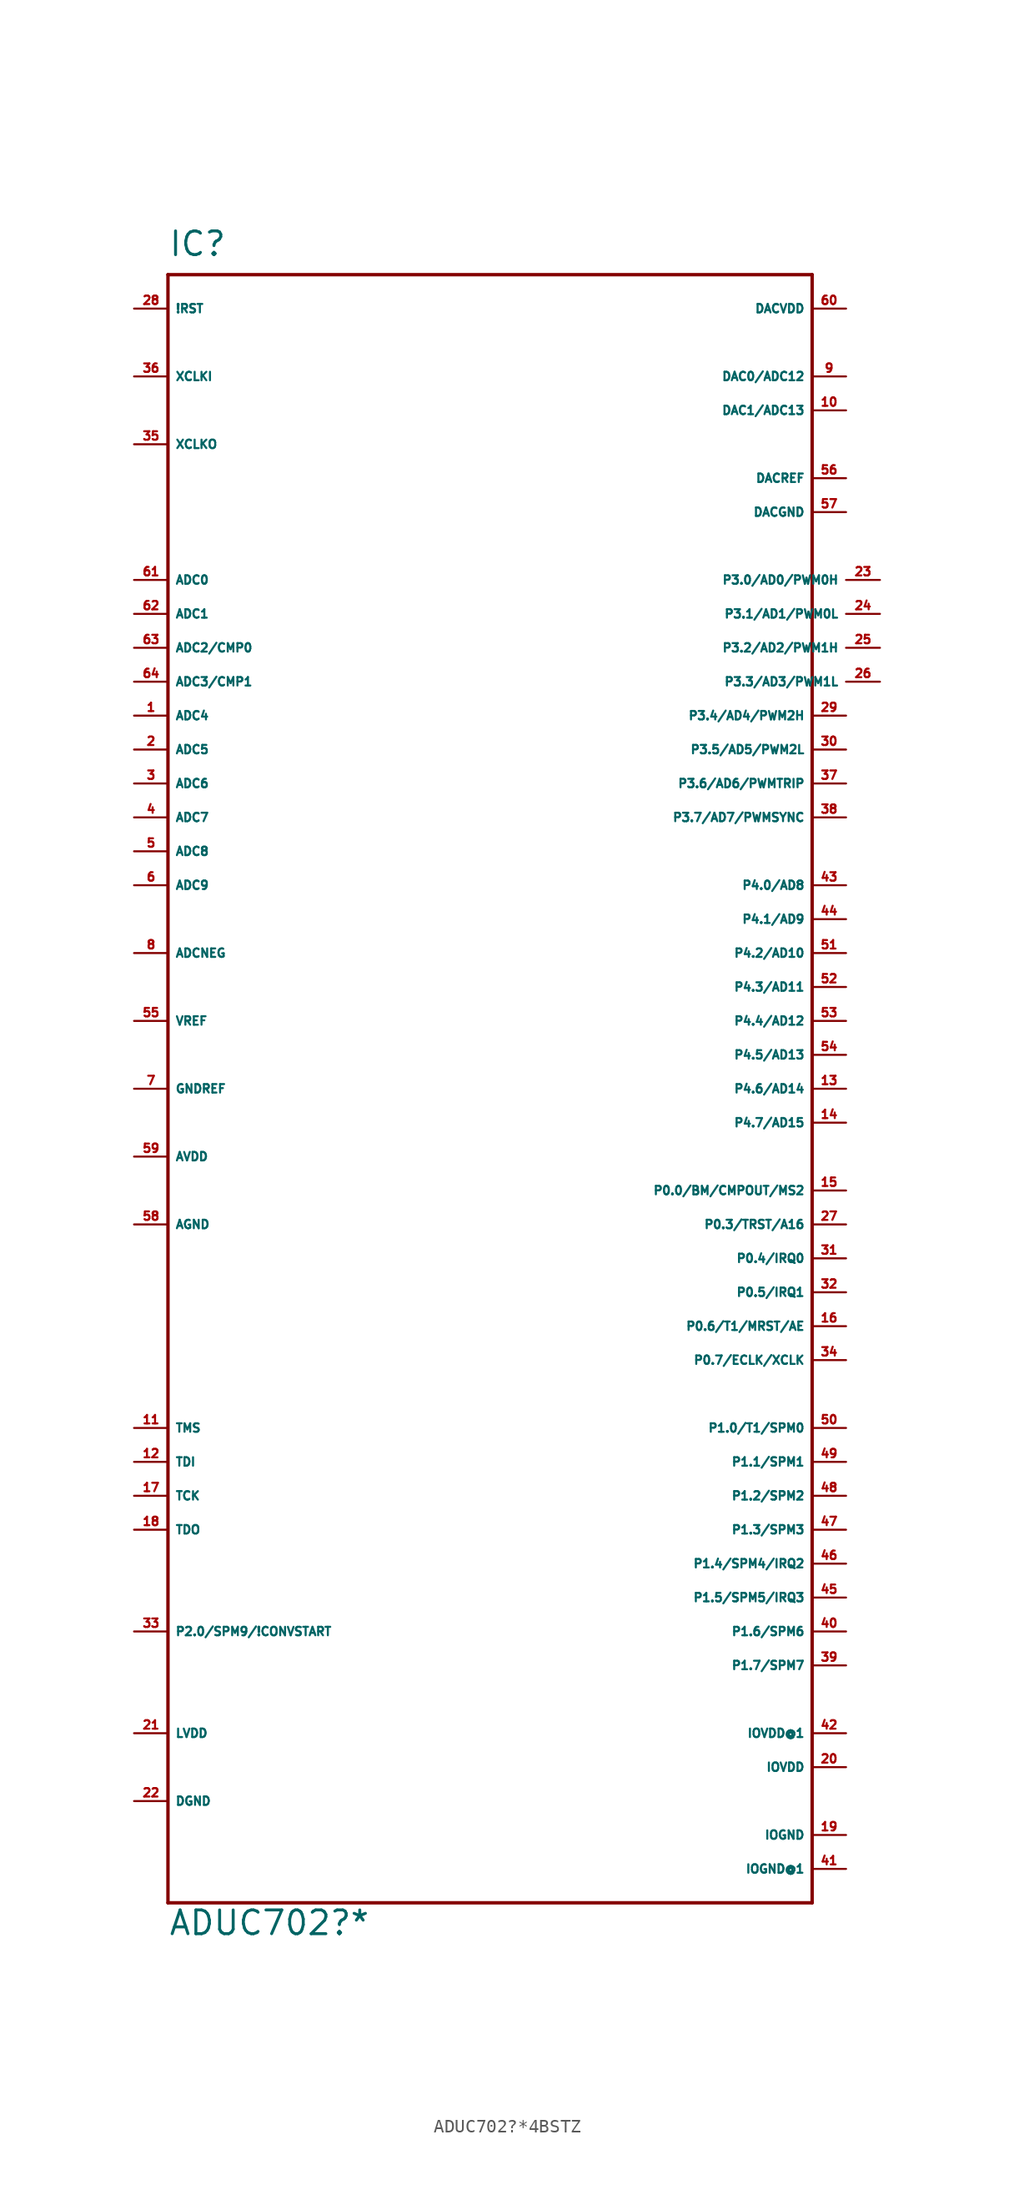
<source format=kicad_sym>
(kicad_symbol_lib
  (version 20220914)
  (generator Eagle2Kicad)
  (symbol "ADUC702?*4BSTZ"
    (property "Reference" "IC"
      (at -22.86 59.69 0)
      (effects (font (size 1.778 1.778) (thickness 0.22)) (justify left bottom)))
    (property "Value" "ADUC702?*"
      (at -22.86 -66.04 0)
      (effects (font (size 1.778 1.778) (thickness 0.22)) (justify left bottom)))
    (polyline
      (pts (xy -22.86 58.42) (xy 25.4 58.42))
      (stroke (width 0.254) (type default))
      (fill (type none)))
    (polyline
      (pts (xy 25.4 58.42) (xy 25.4 -63.5))
      (stroke (width 0.254) (type default))
      (fill (type none)))
    (polyline
      (pts (xy 25.4 -63.5) (xy -22.86 -63.5))
      (stroke (width 0.254) (type default))
      (fill (type none)))
    (polyline
      (pts (xy -22.86 -63.5) (xy -22.86 58.42))
      (stroke (width 0.254) (type default))
      (fill (type none)))
    (pin input line
      (at -25.4 35.56 0)
      (length 2.54)
      (name "ADC0" (effects (font (size 0.635 0.635) (thickness 0.08)) (justify left bottom)))
      (number "61" (effects (font (size 0.635 0.635) (thickness 0.08)) (justify left bottom))))
    (pin input line
      (at -25.4 33.02 0)
      (length 2.54)
      (name "ADC1" (effects (font (size 0.635 0.635) (thickness 0.08)) (justify left bottom)))
      (number "62" (effects (font (size 0.635 0.635) (thickness 0.08)) (justify left bottom))))
    (pin input line
      (at -25.4 30.48 0)
      (length 2.54)
      (name "ADC2/CMP0" (effects (font (size 0.635 0.635) (thickness 0.08)) (justify left bottom)))
      (number "63" (effects (font (size 0.635 0.635) (thickness 0.08)) (justify left bottom))))
    (pin input line
      (at -25.4 27.94 0)
      (length 2.54)
      (name "ADC3/CMP1" (effects (font (size 0.635 0.635) (thickness 0.08)) (justify left bottom)))
      (number "64" (effects (font (size 0.635 0.635) (thickness 0.08)) (justify left bottom))))
    (pin input line
      (at -25.4 25.4 0)
      (length 2.54)
      (name "ADC4" (effects (font (size 0.635 0.635) (thickness 0.08)) (justify left bottom)))
      (number "1" (effects (font (size 0.635 0.635) (thickness 0.08)) (justify left bottom))))
    (pin input line
      (at -25.4 22.86 0)
      (length 2.54)
      (name "ADC5" (effects (font (size 0.635 0.635) (thickness 0.08)) (justify left bottom)))
      (number "2" (effects (font (size 0.635 0.635) (thickness 0.08)) (justify left bottom))))
    (pin input line
      (at -25.4 20.32 0)
      (length 2.54)
      (name "ADC6" (effects (font (size 0.635 0.635) (thickness 0.08)) (justify left bottom)))
      (number "3" (effects (font (size 0.635 0.635) (thickness 0.08)) (justify left bottom))))
    (pin input line
      (at -25.4 17.78 0)
      (length 2.54)
      (name "ADC7" (effects (font (size 0.635 0.635) (thickness 0.08)) (justify left bottom)))
      (number "4" (effects (font (size 0.635 0.635) (thickness 0.08)) (justify left bottom))))
    (pin input line
      (at -25.4 15.24 0)
      (length 2.54)
      (name "ADC8" (effects (font (size 0.635 0.635) (thickness 0.08)) (justify left bottom)))
      (number "5" (effects (font (size 0.635 0.635) (thickness 0.08)) (justify left bottom))))
    (pin input line
      (at -25.4 12.7 0)
      (length 2.54)
      (name "ADC9" (effects (font (size 0.635 0.635) (thickness 0.08)) (justify left bottom)))
      (number "6" (effects (font (size 0.635 0.635) (thickness 0.08)) (justify left bottom))))
    (pin passive line
      (at -25.4 2.54 0)
      (length 2.54)
      (name "VREF" (effects (font (size 0.635 0.635) (thickness 0.08)) (justify left bottom)))
      (number "55" (effects (font (size 0.635 0.635) (thickness 0.08)) (justify left bottom))))
    (pin input line
      (at -25.4 55.88 0)
      (length 2.54)
      (name "!RST" (effects (font (size 0.635 0.635) (thickness 0.08)) (justify left bottom)))
      (number "28" (effects (font (size 0.635 0.635) (thickness 0.08)) (justify left bottom))))
    (pin input line
      (at -25.4 50.8 0)
      (length 2.54)
      (name "XCLKI" (effects (font (size 0.635 0.635) (thickness 0.08)) (justify left bottom)))
      (number "36" (effects (font (size 0.635 0.635) (thickness 0.08)) (justify left bottom))))
    (pin output line
      (at -25.4 45.72 0)
      (length 2.54)
      (name "XCLKO" (effects (font (size 0.635 0.635) (thickness 0.08)) (justify left bottom)))
      (number "35" (effects (font (size 0.635 0.635) (thickness 0.08)) (justify left bottom))))
    (pin input line
      (at 27.94 50.8 180)
      (length 2.54)
      (name "DAC0/ADC12" (effects (font (size 0.635 0.635) (thickness 0.08)) (justify left bottom)))
      (number "9" (effects (font (size 0.635 0.635) (thickness 0.08)) (justify left bottom))))
    (pin input line
      (at 27.94 48.26 180)
      (length 2.54)
      (name "DAC1/ADC13" (effects (font (size 0.635 0.635) (thickness 0.08)) (justify left bottom)))
      (number "10" (effects (font (size 0.635 0.635) (thickness 0.08)) (justify left bottom))))
    (pin output line
      (at 30.48 35.56 180)
      (length 2.54)
      (name "P3.0/AD0/PWM0H" (effects (font (size 0.635 0.635) (thickness 0.08)) (justify left bottom)))
      (number "23" (effects (font (size 0.635 0.635) (thickness 0.08)) (justify left bottom))))
    (pin output line
      (at 30.48 33.02 180)
      (length 2.54)
      (name "P3.1/AD1/PWM0L" (effects (font (size 0.635 0.635) (thickness 0.08)) (justify left bottom)))
      (number "24" (effects (font (size 0.635 0.635) (thickness 0.08)) (justify left bottom))))
    (pin output line
      (at 30.48 30.48 180)
      (length 2.54)
      (name "P3.2/AD2/PWM1H" (effects (font (size 0.635 0.635) (thickness 0.08)) (justify left bottom)))
      (number "25" (effects (font (size 0.635 0.635) (thickness 0.08)) (justify left bottom))))
    (pin output line
      (at 30.48 27.94 180)
      (length 2.54)
      (name "P3.3/AD3/PWM1L" (effects (font (size 0.635 0.635) (thickness 0.08)) (justify left bottom)))
      (number "26" (effects (font (size 0.635 0.635) (thickness 0.08)) (justify left bottom))))
    (pin output line
      (at 27.94 25.4 180)
      (length 2.54)
      (name "P3.4/AD4/PWM2H" (effects (font (size 0.635 0.635) (thickness 0.08)) (justify left bottom)))
      (number "29" (effects (font (size 0.635 0.635) (thickness 0.08)) (justify left bottom))))
    (pin output line
      (at 27.94 22.86 180)
      (length 2.54)
      (name "P3.5/AD5/PWM2L" (effects (font (size 0.635 0.635) (thickness 0.08)) (justify left bottom)))
      (number "30" (effects (font (size 0.635 0.635) (thickness 0.08)) (justify left bottom))))
    (pin input line
      (at -25.4 -2.54 0)
      (length 2.54)
      (name "GNDREF" (effects (font (size 0.635 0.635) (thickness 0.08)) (justify left bottom)))
      (number "7" (effects (font (size 0.635 0.635) (thickness 0.08)) (justify left bottom))))
    (pin unspecified line
      (at -25.4 -12.7 0)
      (length 2.54)
      (name "AGND" (effects (font (size 0.635 0.635) (thickness 0.08)) (justify left bottom)))
      (number "58" (effects (font (size 0.635 0.635) (thickness 0.08)) (justify left bottom))))
    (pin unspecified line
      (at -25.4 -7.62 0)
      (length 2.54)
      (name "AVDD" (effects (font (size 0.635 0.635) (thickness 0.08)) (justify left bottom)))
      (number "59" (effects (font (size 0.635 0.635) (thickness 0.08)) (justify left bottom))))
    (pin unspecified line
      (at 27.94 -58.42 180)
      (length 2.54)
      (name "IOGND" (effects (font (size 0.635 0.635) (thickness 0.08)) (justify left bottom)))
      (number "19" (effects (font (size 0.635 0.635) (thickness 0.08)) (justify left bottom))))
    (pin unspecified line
      (at 27.94 -53.34 180)
      (length 2.54)
      (name "IOVDD" (effects (font (size 0.635 0.635) (thickness 0.08)) (justify left bottom)))
      (number "20" (effects (font (size 0.635 0.635) (thickness 0.08)) (justify left bottom))))
    (pin unspecified line
      (at 27.94 -50.8 180)
      (length 2.54)
      (name "IOVDD@1" (effects (font (size 0.635 0.635) (thickness 0.08)) (justify left bottom)))
      (number "42" (effects (font (size 0.635 0.635) (thickness 0.08)) (justify left bottom))))
    (pin unspecified line
      (at 27.94 -60.96 180)
      (length 2.54)
      (name "IOGND@1" (effects (font (size 0.635 0.635) (thickness 0.08)) (justify left bottom)))
      (number "41" (effects (font (size 0.635 0.635) (thickness 0.08)) (justify left bottom))))
    (pin unspecified line
      (at -25.4 -55.88 0)
      (length 2.54)
      (name "DGND" (effects (font (size 0.635 0.635) (thickness 0.08)) (justify left bottom)))
      (number "22" (effects (font (size 0.635 0.635) (thickness 0.08)) (justify left bottom))))
    (pin output line
      (at -25.4 -50.8 0)
      (length 2.54)
      (name "LVDD" (effects (font (size 0.635 0.635) (thickness 0.08)) (justify left bottom)))
      (number "21" (effects (font (size 0.635 0.635) (thickness 0.08)) (justify left bottom))))
    (pin unspecified line
      (at 27.94 55.88 180)
      (length 2.54)
      (name "DACVDD" (effects (font (size 0.635 0.635) (thickness 0.08)) (justify left bottom)))
      (number "60" (effects (font (size 0.635 0.635) (thickness 0.08)) (justify left bottom))))
    (pin unspecified line
      (at 27.94 40.64 180)
      (length 2.54)
      (name "DACGND" (effects (font (size 0.635 0.635) (thickness 0.08)) (justify left bottom)))
      (number "57" (effects (font (size 0.635 0.635) (thickness 0.08)) (justify left bottom))))
    (pin output line
      (at 27.94 20.32 180)
      (length 2.54)
      (name "P3.6/AD6/PWMTRIP" (effects (font (size 0.635 0.635) (thickness 0.08)) (justify left bottom)))
      (number "37" (effects (font (size 0.635 0.635) (thickness 0.08)) (justify left bottom))))
    (pin output line
      (at 27.94 17.78 180)
      (length 2.54)
      (name "P3.7/AD7/PWMSYNC" (effects (font (size 0.635 0.635) (thickness 0.08)) (justify left bottom)))
      (number "38" (effects (font (size 0.635 0.635) (thickness 0.08)) (justify left bottom))))
    (pin bidirectional line
      (at 27.94 -22.86 180)
      (length 2.54)
      (name "P0.7/ECLK/XCLK" (effects (font (size 0.635 0.635) (thickness 0.08)) (justify left bottom)))
      (number "34" (effects (font (size 0.635 0.635) (thickness 0.08)) (justify left bottom))))
    (pin bidirectional line
      (at 27.94 -15.24 180)
      (length 2.54)
      (name "P0.4/IRQ0" (effects (font (size 0.635 0.635) (thickness 0.08)) (justify left bottom)))
      (number "31" (effects (font (size 0.635 0.635) (thickness 0.08)) (justify left bottom))))
    (pin bidirectional line
      (at 27.94 -17.78 180)
      (length 2.54)
      (name "P0.5/IRQ1" (effects (font (size 0.635 0.635) (thickness 0.08)) (justify left bottom)))
      (number "32" (effects (font (size 0.635 0.635) (thickness 0.08)) (justify left bottom))))
    (pin bidirectional line
      (at 27.94 -12.7 180)
      (length 2.54)
      (name "P0.3/TRST/A16" (effects (font (size 0.635 0.635) (thickness 0.08)) (justify left bottom)))
      (number "27" (effects (font (size 0.635 0.635) (thickness 0.08)) (justify left bottom))))
    (pin bidirectional line
      (at 27.94 -20.32 180)
      (length 2.54)
      (name "P0.6/T1/MRST/AE" (effects (font (size 0.635 0.635) (thickness 0.08)) (justify left bottom)))
      (number "16" (effects (font (size 0.635 0.635) (thickness 0.08)) (justify left bottom))))
    (pin bidirectional line
      (at 27.94 -10.16 180)
      (length 2.54)
      (name "P0.0/BM/CMPOUT/MS2" (effects (font (size 0.635 0.635) (thickness 0.08)) (justify left bottom)))
      (number "15" (effects (font (size 0.635 0.635) (thickness 0.08)) (justify left bottom))))
    (pin bidirectional line
      (at -25.4 -43.18 0)
      (length 2.54)
      (name "P2.0/SPM9/!CONVSTART" (effects (font (size 0.635 0.635) (thickness 0.08)) (justify left bottom)))
      (number "33" (effects (font (size 0.635 0.635) (thickness 0.08)) (justify left bottom))))
    (pin bidirectional line
      (at 27.94 12.7 180)
      (length 2.54)
      (name "P4.0/AD8" (effects (font (size 0.635 0.635) (thickness 0.08)) (justify left bottom)))
      (number "43" (effects (font (size 0.635 0.635) (thickness 0.08)) (justify left bottom))))
    (pin bidirectional line
      (at 27.94 10.16 180)
      (length 2.54)
      (name "P4.1/AD9" (effects (font (size 0.635 0.635) (thickness 0.08)) (justify left bottom)))
      (number "44" (effects (font (size 0.635 0.635) (thickness 0.08)) (justify left bottom))))
    (pin bidirectional line
      (at 27.94 7.62 180)
      (length 2.54)
      (name "P4.2/AD10" (effects (font (size 0.635 0.635) (thickness 0.08)) (justify left bottom)))
      (number "51" (effects (font (size 0.635 0.635) (thickness 0.08)) (justify left bottom))))
    (pin bidirectional line
      (at 27.94 5.08 180)
      (length 2.54)
      (name "P4.3/AD11" (effects (font (size 0.635 0.635) (thickness 0.08)) (justify left bottom)))
      (number "52" (effects (font (size 0.635 0.635) (thickness 0.08)) (justify left bottom))))
    (pin bidirectional line
      (at 27.94 2.54 180)
      (length 2.54)
      (name "P4.4/AD12" (effects (font (size 0.635 0.635) (thickness 0.08)) (justify left bottom)))
      (number "53" (effects (font (size 0.635 0.635) (thickness 0.08)) (justify left bottom))))
    (pin bidirectional line
      (at 27.94 0 180)
      (length 2.54)
      (name "P4.5/AD13" (effects (font (size 0.635 0.635) (thickness 0.08)) (justify left bottom)))
      (number "54" (effects (font (size 0.635 0.635) (thickness 0.08)) (justify left bottom))))
    (pin bidirectional line
      (at 27.94 -2.54 180)
      (length 2.54)
      (name "P4.6/AD14" (effects (font (size 0.635 0.635) (thickness 0.08)) (justify left bottom)))
      (number "13" (effects (font (size 0.635 0.635) (thickness 0.08)) (justify left bottom))))
    (pin bidirectional line
      (at 27.94 -5.08 180)
      (length 2.54)
      (name "P4.7/AD15" (effects (font (size 0.635 0.635) (thickness 0.08)) (justify left bottom)))
      (number "14" (effects (font (size 0.635 0.635) (thickness 0.08)) (justify left bottom))))
    (pin bidirectional line
      (at 27.94 -27.94 180)
      (length 2.54)
      (name "P1.0/T1/SPM0" (effects (font (size 0.635 0.635) (thickness 0.08)) (justify left bottom)))
      (number "50" (effects (font (size 0.635 0.635) (thickness 0.08)) (justify left bottom))))
    (pin bidirectional line
      (at 27.94 -30.48 180)
      (length 2.54)
      (name "P1.1/SPM1" (effects (font (size 0.635 0.635) (thickness 0.08)) (justify left bottom)))
      (number "49" (effects (font (size 0.635 0.635) (thickness 0.08)) (justify left bottom))))
    (pin bidirectional line
      (at 27.94 -33.02 180)
      (length 2.54)
      (name "P1.2/SPM2" (effects (font (size 0.635 0.635) (thickness 0.08)) (justify left bottom)))
      (number "48" (effects (font (size 0.635 0.635) (thickness 0.08)) (justify left bottom))))
    (pin bidirectional line
      (at 27.94 -35.56 180)
      (length 2.54)
      (name "P1.3/SPM3" (effects (font (size 0.635 0.635) (thickness 0.08)) (justify left bottom)))
      (number "47" (effects (font (size 0.635 0.635) (thickness 0.08)) (justify left bottom))))
    (pin bidirectional line
      (at 27.94 -38.1 180)
      (length 2.54)
      (name "P1.4/SPM4/IRQ2" (effects (font (size 0.635 0.635) (thickness 0.08)) (justify left bottom)))
      (number "46" (effects (font (size 0.635 0.635) (thickness 0.08)) (justify left bottom))))
    (pin bidirectional line
      (at 27.94 -40.64 180)
      (length 2.54)
      (name "P1.5/SPM5/IRQ3" (effects (font (size 0.635 0.635) (thickness 0.08)) (justify left bottom)))
      (number "45" (effects (font (size 0.635 0.635) (thickness 0.08)) (justify left bottom))))
    (pin bidirectional line
      (at 27.94 -43.18 180)
      (length 2.54)
      (name "P1.6/SPM6" (effects (font (size 0.635 0.635) (thickness 0.08)) (justify left bottom)))
      (number "40" (effects (font (size 0.635 0.635) (thickness 0.08)) (justify left bottom))))
    (pin bidirectional line
      (at 27.94 -45.72 180)
      (length 2.54)
      (name "P1.7/SPM7" (effects (font (size 0.635 0.635) (thickness 0.08)) (justify left bottom)))
      (number "39" (effects (font (size 0.635 0.635) (thickness 0.08)) (justify left bottom))))
    (pin input line
      (at -25.4 7.62 0)
      (length 2.54)
      (name "ADCNEG" (effects (font (size 0.635 0.635) (thickness 0.08)) (justify left bottom)))
      (number "8" (effects (font (size 0.635 0.635) (thickness 0.08)) (justify left bottom))))
    (pin input line
      (at -25.4 -27.94 0)
      (length 2.54)
      (name "TMS" (effects (font (size 0.635 0.635) (thickness 0.08)) (justify left bottom)))
      (number "11" (effects (font (size 0.635 0.635) (thickness 0.08)) (justify left bottom))))
    (pin input line
      (at -25.4 -30.48 0)
      (length 2.54)
      (name "TDI" (effects (font (size 0.635 0.635) (thickness 0.08)) (justify left bottom)))
      (number "12" (effects (font (size 0.635 0.635) (thickness 0.08)) (justify left bottom))))
    (pin input line
      (at -25.4 -33.02 0)
      (length 2.54)
      (name "TCK" (effects (font (size 0.635 0.635) (thickness 0.08)) (justify left bottom)))
      (number "17" (effects (font (size 0.635 0.635) (thickness 0.08)) (justify left bottom))))
    (pin output line
      (at -25.4 -35.56 0)
      (length 2.54)
      (name "TDO" (effects (font (size 0.635 0.635) (thickness 0.08)) (justify left bottom)))
      (number "18" (effects (font (size 0.635 0.635) (thickness 0.08)) (justify left bottom))))
    (pin input line
      (at 27.94 43.18 180)
      (length 2.54)
      (name "DACREF" (effects (font (size 0.635 0.635) (thickness 0.08)) (justify left bottom)))
      (number "56" (effects (font (size 0.635 0.635) (thickness 0.08)) (justify left bottom))))))
</source>
